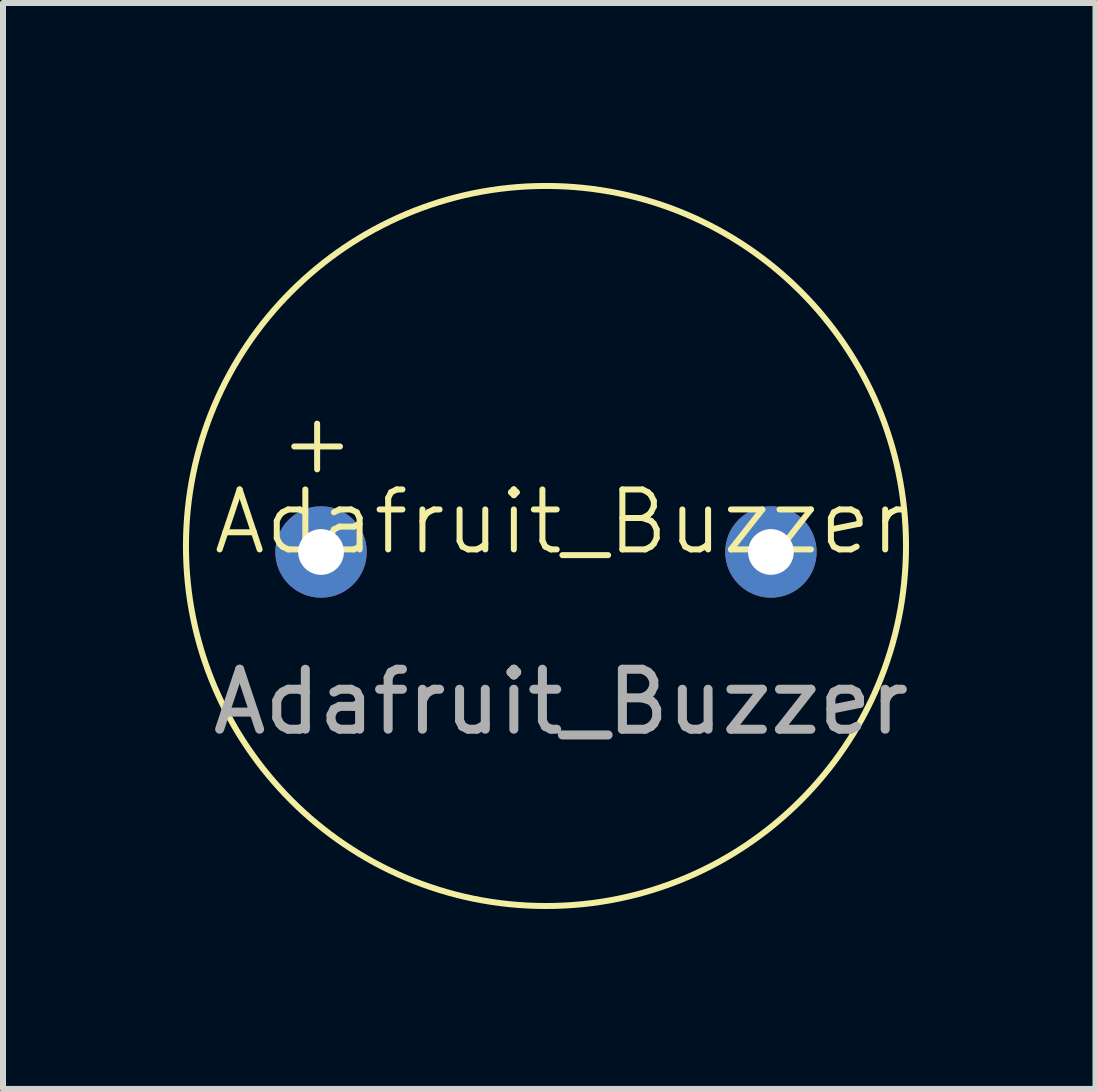
<source format=kicad_pcb>
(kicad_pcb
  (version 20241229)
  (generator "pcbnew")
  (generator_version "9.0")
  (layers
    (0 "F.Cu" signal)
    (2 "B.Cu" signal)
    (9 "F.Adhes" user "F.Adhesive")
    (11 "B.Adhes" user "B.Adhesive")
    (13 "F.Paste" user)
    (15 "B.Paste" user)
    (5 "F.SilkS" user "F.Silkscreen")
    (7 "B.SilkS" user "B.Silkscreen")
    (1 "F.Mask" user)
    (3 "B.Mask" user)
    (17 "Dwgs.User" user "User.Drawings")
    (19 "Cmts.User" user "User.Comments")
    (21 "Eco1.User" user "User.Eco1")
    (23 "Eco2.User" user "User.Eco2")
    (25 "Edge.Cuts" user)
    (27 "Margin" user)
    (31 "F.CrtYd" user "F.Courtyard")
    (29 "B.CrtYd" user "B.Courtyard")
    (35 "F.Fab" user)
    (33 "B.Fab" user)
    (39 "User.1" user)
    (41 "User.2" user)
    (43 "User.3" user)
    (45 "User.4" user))
  (footprint "Adafruit_Buzzer"
    (layer "F.Cu")
    (at 6.302 6.152)
    (property "Reference" "Adafruit_Buzzer" (at 0 -0.5 0) (unlocked yes) (layer "F.SilkS") (effects (font (size 1 1) (thickness 0.1))))
    (attr through_hole)
    (fp_circle (center -0.25 -0.1) (end 5.75 -0.25) (stroke (width 0.1) (type default)) (fill no) (layer "F.SilkS"))
    (fp_text user "+" (at -4.75 -1.25 0) (unlocked yes) (layer "F.SilkS") (effects (font (size 1 1) (thickness 0.1)) (justify left bottom)))
    (fp_text user "${REFERENCE}" (at 0 2.5 0) (unlocked yes) (layer "F.Fab") (effects (font (size 1 1) (thickness 0.15))))
    (pad "1" thru_hole circle (at -4 0) (size 1.524 1.524) (drill 0.762) (layers "*.Cu" "*.Mask"))
    (pad "2" thru_hole circle (at 3.5 0) (size 1.524 1.524) (drill 0.762) (layers "*.Cu" "*.Mask")))
  (gr_rect
    (start -3 -3)
    (end 15.213 15.104)
    (stroke (width 0.1) (type default))
    (fill no)
    (layer "Edge.Cuts")))
</source>
